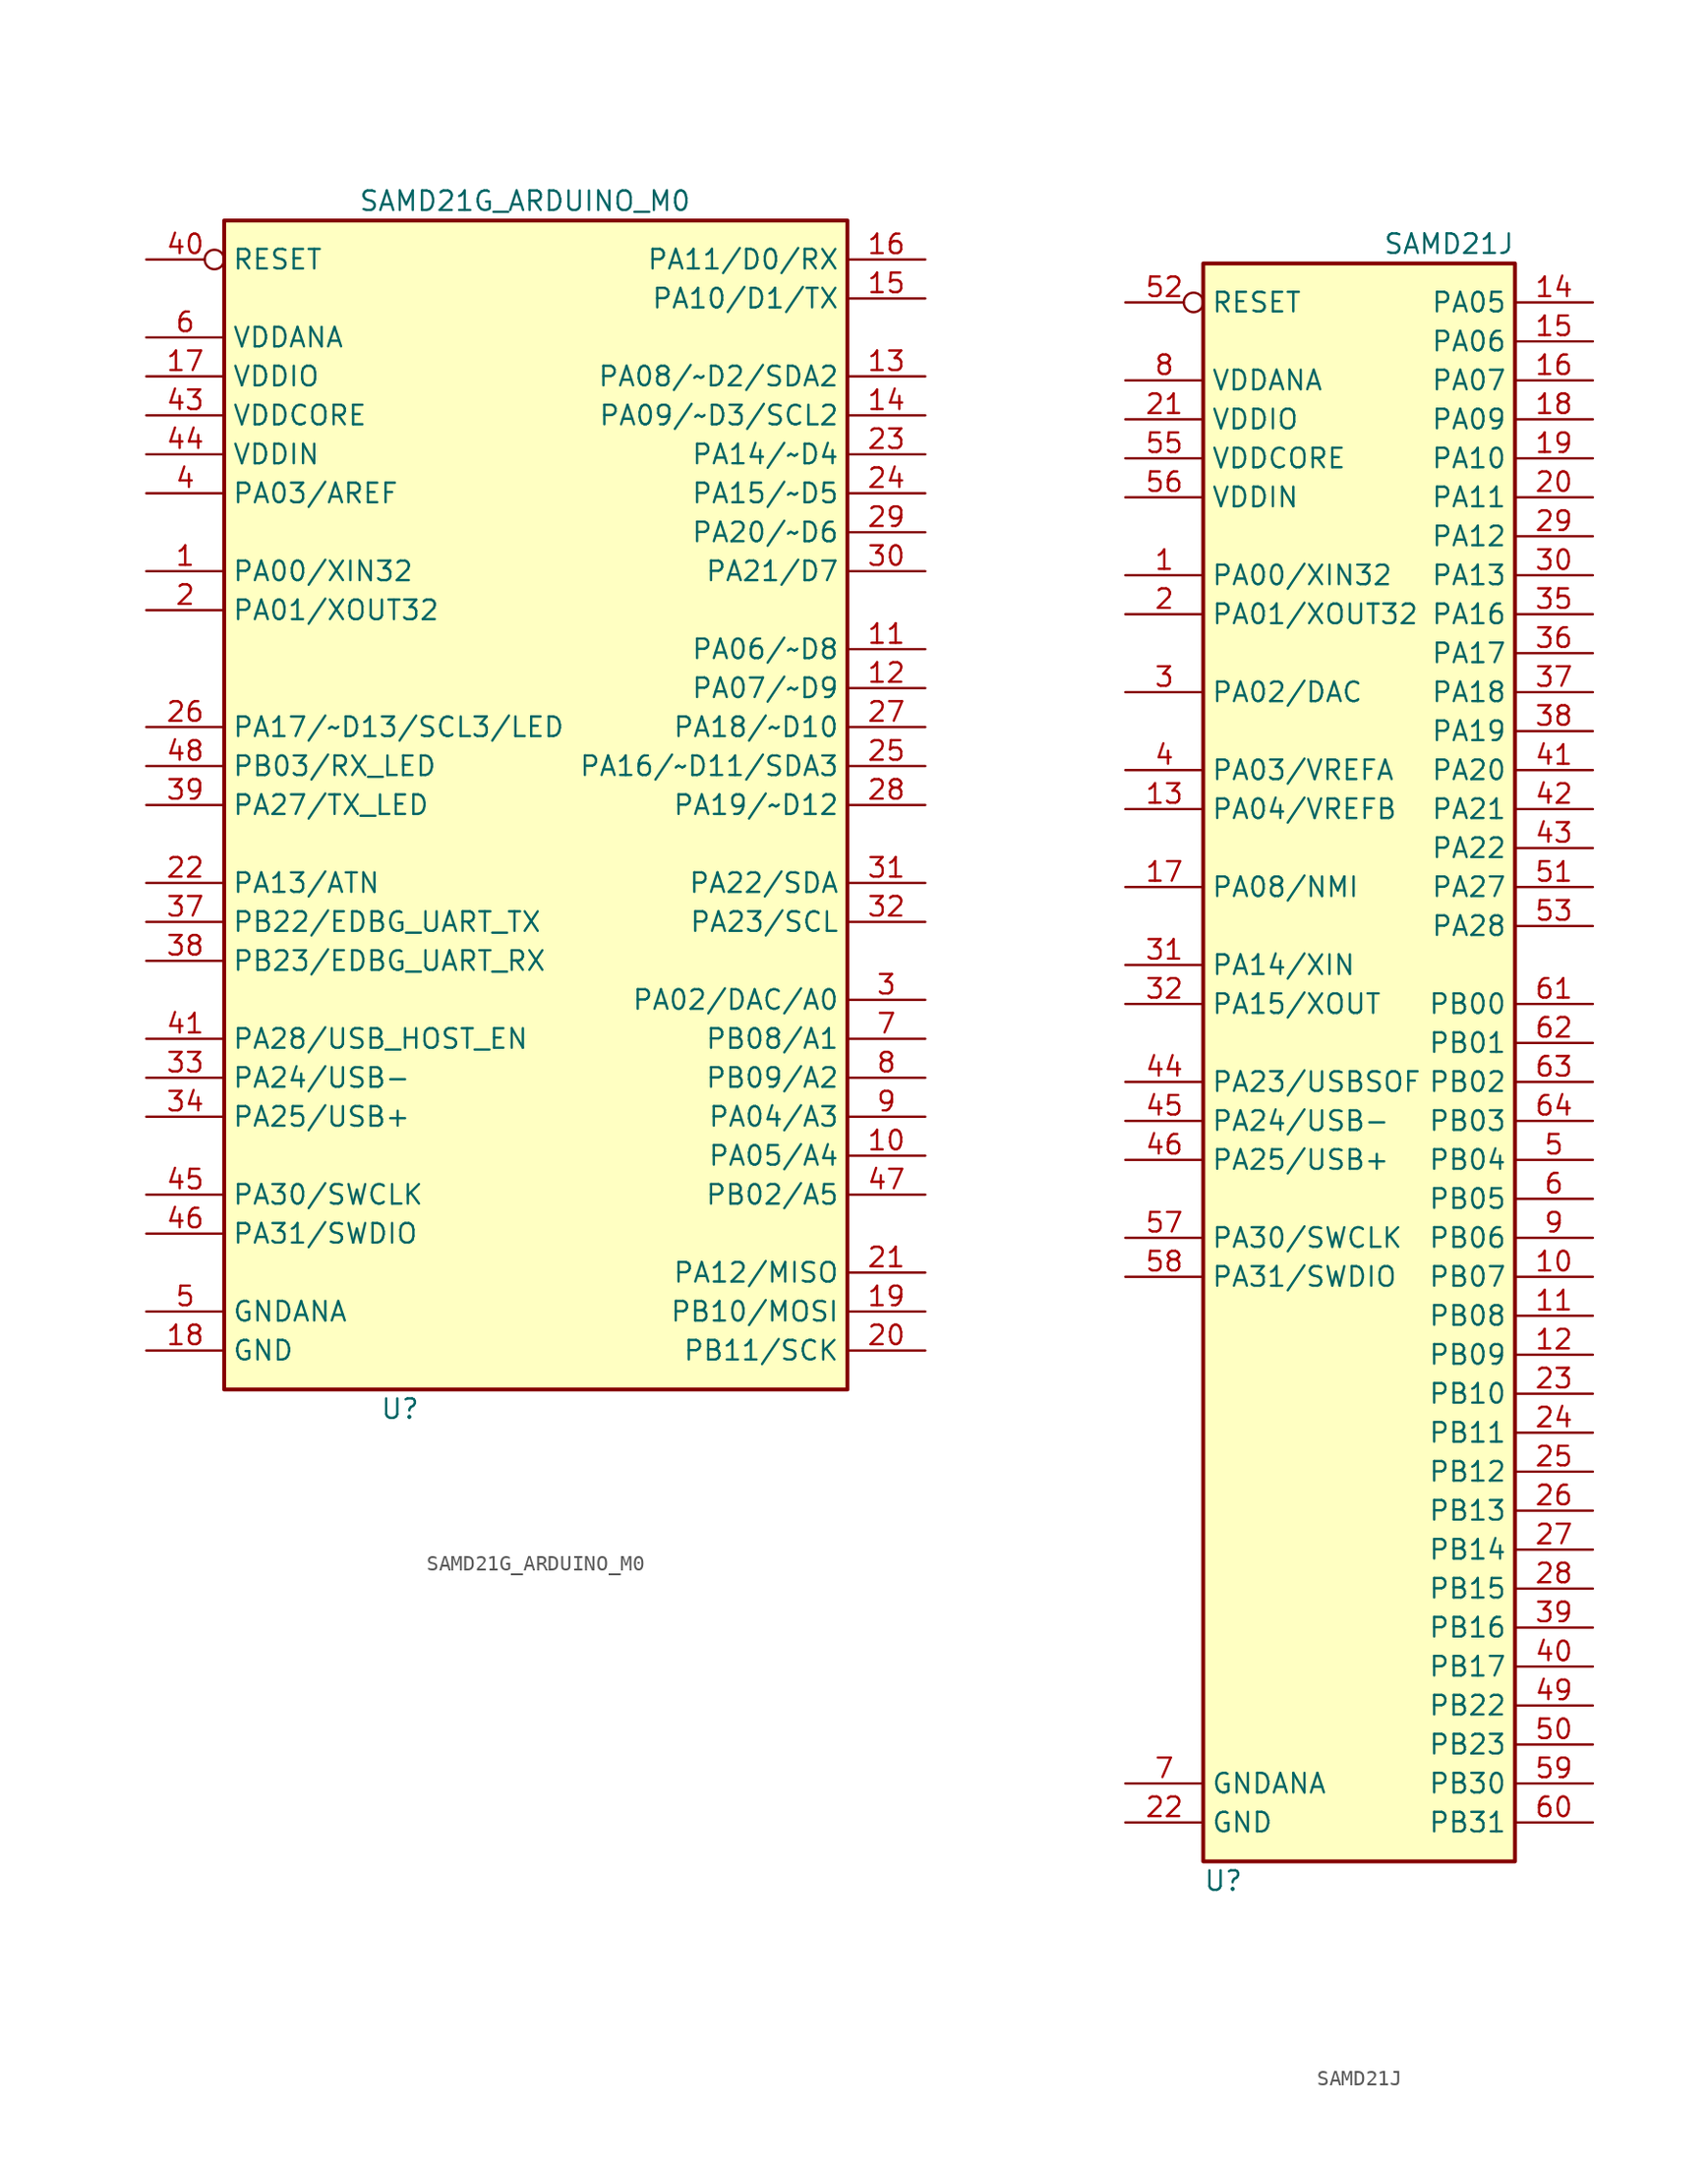
<source format=kicad_sym>
(kicad_symbol_lib
  (version 20211014)
  (generator kicad_symbol_editor)
  (symbol "SAMD21G_ARDUINO_M0"
    (property "Reference" "U"
      (at -10.16 -39.37 0)
      (effects (font (size 1.27 1.27)) (justify left)))
    (property "Value" "SAMD21G_ARDUINO_M0"
      (at 10.16 39.37 0)
      (effects (font (size 1.27 1.27)) (justify right)))
    (symbol "SAMD21G_ARDUINO_M0_0_0"
      (rectangle (start -20.32 38.1) (end 20.32 -38.1) (stroke (width 0.254) (type default) (color 0 0 0 0)) (fill (type background))))
    (symbol "SAMD21G_ARDUINO_M0_1_1"
      (pin passive line (at -25.4 15.24 0) (length 5.08) (name "PA00/XIN32" (effects (font (size 1.27 1.27)))) (number "1" (effects (font (size 1.27 1.27)))))
      (pin passive line (at 25.4 -22.86 180) (length 5.08) (name "PA05/A4" (effects (font (size 1.27 1.27)))) (number "10" (effects (font (size 1.27 1.27)))))
      (pin passive line (at 25.4 10.16 180) (length 5.08) (name "PA06/~D8" (effects (font (size 1.27 1.27)))) (number "11" (effects (font (size 1.27 1.27)))))
      (pin passive line (at 25.4 7.62 180) (length 5.08) (name "PA07/~D9" (effects (font (size 1.27 1.27)))) (number "12" (effects (font (size 1.27 1.27)))))
      (pin passive line (at 25.4 27.94 180) (length 5.08) (name "PA08/~D2/SDA2" (effects (font (size 1.27 1.27)))) (number "13" (effects (font (size 1.27 1.27)))))
      (pin passive line (at 25.4 25.4 180) (length 5.08) (name "PA09/~D3/SCL2" (effects (font (size 1.27 1.27)))) (number "14" (effects (font (size 1.27 1.27)))))
      (pin passive line (at 25.4 33.02 180) (length 5.08) (name "PA10/D1/TX" (effects (font (size 1.27 1.27)))) (number "15" (effects (font (size 1.27 1.27)))))
      (pin passive line (at 25.4 35.56 180) (length 5.08) (name "PA11/D0/RX" (effects (font (size 1.27 1.27)))) (number "16" (effects (font (size 1.27 1.27)))))
      (pin power_in line (at -25.4 27.94 0) (length 5.08) (name "VDDIO" (effects (font (size 1.27 1.27)))) (number "17" (effects (font (size 1.27 1.27)))))
      (pin power_in line (at -25.4 -35.56 0) (length 5.08) (name "GND" (effects (font (size 1.27 1.27)))) (number "18" (effects (font (size 1.27 1.27)))))
      (pin passive line (at 25.4 -33.02 180) (length 5.08) (name "PB10/MOSI" (effects (font (size 1.27 1.27)))) (number "19" (effects (font (size 1.27 1.27)))))
      (pin passive line (at -25.4 12.7 0) (length 5.08) (name "PA01/XOUT32" (effects (font (size 1.27 1.27)))) (number "2" (effects (font (size 1.27 1.27)))))
      (pin passive line (at 25.4 -35.56 180) (length 5.08) (name "PB11/SCK" (effects (font (size 1.27 1.27)))) (number "20" (effects (font (size 1.27 1.27)))))
      (pin passive line (at 25.4 -30.48 180) (length 5.08) (name "PA12/MISO" (effects (font (size 1.27 1.27)))) (number "21" (effects (font (size 1.27 1.27)))))
      (pin passive line (at -25.4 -5.08 0) (length 5.08) (name "PA13/ATN" (effects (font (size 1.27 1.27)))) (number "22" (effects (font (size 1.27 1.27)))))
      (pin passive line (at 25.4 22.86 180) (length 5.08) (name "PA14/~D4" (effects (font (size 1.27 1.27)))) (number "23" (effects (font (size 1.27 1.27)))))
      (pin passive line (at 25.4 20.32 180) (length 5.08) (name "PA15/~D5" (effects (font (size 1.27 1.27)))) (number "24" (effects (font (size 1.27 1.27)))))
      (pin passive line (at 25.4 2.54 180) (length 5.08) (name "PA16/~D11/SDA3" (effects (font (size 1.27 1.27)))) (number "25" (effects (font (size 1.27 1.27)))))
      (pin passive line (at -25.4 5.08 0) (length 5.08) (name "PA17/~D13/SCL3/LED" (effects (font (size 1.27 1.27)))) (number "26" (effects (font (size 1.27 1.27)))))
      (pin passive line (at 25.4 5.08 180) (length 5.08) (name "PA18/~D10" (effects (font (size 1.27 1.27)))) (number "27" (effects (font (size 1.27 1.27)))))
      (pin passive line (at 25.4 0 180) (length 5.08) (name "PA19/~D12" (effects (font (size 1.27 1.27)))) (number "28" (effects (font (size 1.27 1.27)))))
      (pin passive line (at 25.4 17.78 180) (length 5.08) (name "PA20/~D6" (effects (font (size 1.27 1.27)))) (number "29" (effects (font (size 1.27 1.27)))))
      (pin passive line (at 25.4 -12.7 180) (length 5.08) (name "PA02/DAC/A0" (effects (font (size 1.27 1.27)))) (number "3" (effects (font (size 1.27 1.27)))))
      (pin passive line (at 25.4 15.24 180) (length 5.08) (name "PA21/D7" (effects (font (size 1.27 1.27)))) (number "30" (effects (font (size 1.27 1.27)))))
      (pin passive line (at 25.4 -5.08 180) (length 5.08) (name "PA22/SDA" (effects (font (size 1.27 1.27)))) (number "31" (effects (font (size 1.27 1.27)))))
      (pin passive line (at 25.4 -7.62 180) (length 5.08) (name "PA23/SCL" (effects (font (size 1.27 1.27)))) (number "32" (effects (font (size 1.27 1.27)))))
      (pin passive line (at -25.4 -17.78 0) (length 5.08) (name "PA24/USB-" (effects (font (size 1.27 1.27)))) (number "33" (effects (font (size 1.27 1.27)))))
      (pin passive line (at -25.4 -20.32 0) (length 5.08) (name "PA25/USB+" (effects (font (size 1.27 1.27)))) (number "34" (effects (font (size 1.27 1.27)))))
      (pin passive line (at -25.4 -35.56 0) (length 5.08) hide (name "GND" (effects (font (size 1.27 1.27)))) (number "35" (effects (font (size 1.27 1.27)))))
      (pin passive line (at -25.4 27.94 0) (length 5.08) hide (name "VDDIO" (effects (font (size 1.27 1.27)))) (number "36" (effects (font (size 1.27 1.27)))))
      (pin passive line (at -25.4 -7.62 0) (length 5.08) (name "PB22/EDBG_UART_TX" (effects (font (size 1.27 1.27)))) (number "37" (effects (font (size 1.27 1.27)))))
      (pin passive line (at -25.4 -10.16 0) (length 5.08) (name "PB23/EDBG_UART_RX" (effects (font (size 1.27 1.27)))) (number "38" (effects (font (size 1.27 1.27)))))
      (pin passive line (at -25.4 0 0) (length 5.08) (name "PA27/TX_LED" (effects (font (size 1.27 1.27)))) (number "39" (effects (font (size 1.27 1.27)))))
      (pin passive line (at -25.4 20.32 0) (length 5.08) (name "PA03/AREF" (effects (font (size 1.27 1.27)))) (number "4" (effects (font (size 1.27 1.27)))))
      (pin input inverted (at -25.4 35.56 0) (length 5.08) (name "RESET" (effects (font (size 1.27 1.27)))) (number "40" (effects (font (size 1.27 1.27)))))
      (pin passive line (at -25.4 -15.24 0) (length 5.08) (name "PA28/USB_HOST_EN" (effects (font (size 1.27 1.27)))) (number "41" (effects (font (size 1.27 1.27)))))
      (pin passive line (at -25.4 -35.56 0) (length 5.08) hide (name "GND" (effects (font (size 1.27 1.27)))) (number "42" (effects (font (size 1.27 1.27)))))
      (pin power_out line (at -25.4 25.4 0) (length 5.08) (name "VDDCORE" (effects (font (size 1.27 1.27)))) (number "43" (effects (font (size 1.27 1.27)))))
      (pin power_in line (at -25.4 22.86 0) (length 5.08) (name "VDDIN" (effects (font (size 1.27 1.27)))) (number "44" (effects (font (size 1.27 1.27)))))
      (pin passive line (at -25.4 -25.4 0) (length 5.08) (name "PA30/SWCLK" (effects (font (size 1.27 1.27)))) (number "45" (effects (font (size 1.27 1.27)))))
      (pin passive line (at -25.4 -27.94 0) (length 5.08) (name "PA31/SWDIO" (effects (font (size 1.27 1.27)))) (number "46" (effects (font (size 1.27 1.27)))))
      (pin passive line (at 25.4 -25.4 180) (length 5.08) (name "PB02/A5" (effects (font (size 1.27 1.27)))) (number "47" (effects (font (size 1.27 1.27)))))
      (pin passive line (at -25.4 2.54 0) (length 5.08) (name "PB03/RX_LED" (effects (font (size 1.27 1.27)))) (number "48" (effects (font (size 1.27 1.27)))))
      (pin power_in line (at -25.4 -33.02 0) (length 5.08) (name "GNDANA" (effects (font (size 1.27 1.27)))) (number "5" (effects (font (size 1.27 1.27)))))
      (pin power_in line (at -25.4 30.48 0) (length 5.08) (name "VDDANA" (effects (font (size 1.27 1.27)))) (number "6" (effects (font (size 1.27 1.27)))))
      (pin passive line (at 25.4 -15.24 180) (length 5.08) (name "PB08/A1" (effects (font (size 1.27 1.27)))) (number "7" (effects (font (size 1.27 1.27)))))
      (pin passive line (at 25.4 -17.78 180) (length 5.08) (name "PB09/A2" (effects (font (size 1.27 1.27)))) (number "8" (effects (font (size 1.27 1.27)))))
      (pin passive line (at 25.4 -20.32 180) (length 5.08) (name "PA04/A3" (effects (font (size 1.27 1.27)))) (number "9" (effects (font (size 1.27 1.27)))))))
  (symbol "SAMD21J"
    (property "Reference" "U"
      (at -10.16 -54.61 0)
      (effects (font (size 1.27 1.27)) (justify left)))
    (property "Value" "SAMD21J"
      (at 10.16 52.07 0)
      (effects (font (size 1.27 1.27)) (justify right)))
    (symbol "SAMD21J_0_0"
      (rectangle (start -10.16 50.8) (end 10.16 -53.34) (stroke (width 0.254) (type default) (color 0 0 0 0)) (fill (type background))))
    (symbol "SAMD21J_1_1"
      (pin bidirectional line (at -15.24 30.48 0) (length 5.08) (name "PA00/XIN32" (effects (font (size 1.27 1.27)))) (number "1" (effects (font (size 1.27 1.27)))))
      (pin bidirectional line (at 15.24 -15.24 180) (length 5.08) (name "PB07" (effects (font (size 1.27 1.27)))) (number "10" (effects (font (size 1.27 1.27)))))
      (pin bidirectional line (at 15.24 -17.78 180) (length 5.08) (name "PB08" (effects (font (size 1.27 1.27)))) (number "11" (effects (font (size 1.27 1.27)))))
      (pin bidirectional line (at 15.24 -20.32 180) (length 5.08) (name "PB09" (effects (font (size 1.27 1.27)))) (number "12" (effects (font (size 1.27 1.27)))))
      (pin bidirectional line (at -15.24 15.24 0) (length 5.08) (name "PA04/VREFB" (effects (font (size 1.27 1.27)))) (number "13" (effects (font (size 1.27 1.27)))))
      (pin bidirectional line (at 15.24 48.26 180) (length 5.08) (name "PA05" (effects (font (size 1.27 1.27)))) (number "14" (effects (font (size 1.27 1.27)))))
      (pin bidirectional line (at 15.24 45.72 180) (length 5.08) (name "PA06" (effects (font (size 1.27 1.27)))) (number "15" (effects (font (size 1.27 1.27)))))
      (pin bidirectional line (at 15.24 43.18 180) (length 5.08) (name "PA07" (effects (font (size 1.27 1.27)))) (number "16" (effects (font (size 1.27 1.27)))))
      (pin bidirectional line (at -15.24 10.16 0) (length 5.08) (name "PA08/NMI" (effects (font (size 1.27 1.27)))) (number "17" (effects (font (size 1.27 1.27)))))
      (pin bidirectional line (at 15.24 40.64 180) (length 5.08) (name "PA09" (effects (font (size 1.27 1.27)))) (number "18" (effects (font (size 1.27 1.27)))))
      (pin bidirectional line (at 15.24 38.1 180) (length 5.08) (name "PA10" (effects (font (size 1.27 1.27)))) (number "19" (effects (font (size 1.27 1.27)))))
      (pin bidirectional line (at -15.24 27.94 0) (length 5.08) (name "PA01/XOUT32" (effects (font (size 1.27 1.27)))) (number "2" (effects (font (size 1.27 1.27)))))
      (pin bidirectional line (at 15.24 35.56 180) (length 5.08) (name "PA11" (effects (font (size 1.27 1.27)))) (number "20" (effects (font (size 1.27 1.27)))))
      (pin power_in line (at -15.24 40.64 0) (length 5.08) (name "VDDIO" (effects (font (size 1.27 1.27)))) (number "21" (effects (font (size 1.27 1.27)))))
      (pin power_in line (at -15.24 -50.8 0) (length 5.08) (name "GND" (effects (font (size 1.27 1.27)))) (number "22" (effects (font (size 1.27 1.27)))))
      (pin bidirectional line (at 15.24 -22.86 180) (length 5.08) (name "PB10" (effects (font (size 1.27 1.27)))) (number "23" (effects (font (size 1.27 1.27)))))
      (pin bidirectional line (at 15.24 -25.4 180) (length 5.08) (name "PB11" (effects (font (size 1.27 1.27)))) (number "24" (effects (font (size 1.27 1.27)))))
      (pin bidirectional line (at 15.24 -27.94 180) (length 5.08) (name "PB12" (effects (font (size 1.27 1.27)))) (number "25" (effects (font (size 1.27 1.27)))))
      (pin bidirectional line (at 15.24 -30.48 180) (length 5.08) (name "PB13" (effects (font (size 1.27 1.27)))) (number "26" (effects (font (size 1.27 1.27)))))
      (pin bidirectional line (at 15.24 -33.02 180) (length 5.08) (name "PB14" (effects (font (size 1.27 1.27)))) (number "27" (effects (font (size 1.27 1.27)))))
      (pin bidirectional line (at 15.24 -35.56 180) (length 5.08) (name "PB15" (effects (font (size 1.27 1.27)))) (number "28" (effects (font (size 1.27 1.27)))))
      (pin bidirectional line (at 15.24 33.02 180) (length 5.08) (name "PA12" (effects (font (size 1.27 1.27)))) (number "29" (effects (font (size 1.27 1.27)))))
      (pin bidirectional line (at -15.24 22.86 0) (length 5.08) (name "PA02/DAC" (effects (font (size 1.27 1.27)))) (number "3" (effects (font (size 1.27 1.27)))))
      (pin bidirectional line (at 15.24 30.48 180) (length 5.08) (name "PA13" (effects (font (size 1.27 1.27)))) (number "30" (effects (font (size 1.27 1.27)))))
      (pin bidirectional line (at -15.24 5.08 0) (length 5.08) (name "PA14/XIN" (effects (font (size 1.27 1.27)))) (number "31" (effects (font (size 1.27 1.27)))))
      (pin bidirectional line (at -15.24 2.54 0) (length 5.08) (name "PA15/XOUT" (effects (font (size 1.27 1.27)))) (number "32" (effects (font (size 1.27 1.27)))))
      (pin passive line (at -15.24 -50.8 0) (length 5.08) hide (name "GND" (effects (font (size 1.27 1.27)))) (number "33" (effects (font (size 1.27 1.27)))))
      (pin passive line (at -15.24 40.64 0) (length 5.08) hide (name "VDDIO" (effects (font (size 1.27 1.27)))) (number "34" (effects (font (size 1.27 1.27)))))
      (pin bidirectional line (at 15.24 27.94 180) (length 5.08) (name "PA16" (effects (font (size 1.27 1.27)))) (number "35" (effects (font (size 1.27 1.27)))))
      (pin bidirectional line (at 15.24 25.4 180) (length 5.08) (name "PA17" (effects (font (size 1.27 1.27)))) (number "36" (effects (font (size 1.27 1.27)))))
      (pin bidirectional line (at 15.24 22.86 180) (length 5.08) (name "PA18" (effects (font (size 1.27 1.27)))) (number "37" (effects (font (size 1.27 1.27)))))
      (pin bidirectional line (at 15.24 20.32 180) (length 5.08) (name "PA19" (effects (font (size 1.27 1.27)))) (number "38" (effects (font (size 1.27 1.27)))))
      (pin bidirectional line (at 15.24 -38.1 180) (length 5.08) (name "PB16" (effects (font (size 1.27 1.27)))) (number "39" (effects (font (size 1.27 1.27)))))
      (pin bidirectional line (at -15.24 17.78 0) (length 5.08) (name "PA03/VREFA" (effects (font (size 1.27 1.27)))) (number "4" (effects (font (size 1.27 1.27)))))
      (pin bidirectional line (at 15.24 -40.64 180) (length 5.08) (name "PB17" (effects (font (size 1.27 1.27)))) (number "40" (effects (font (size 1.27 1.27)))))
      (pin bidirectional line (at 15.24 17.78 180) (length 5.08) (name "PA20" (effects (font (size 1.27 1.27)))) (number "41" (effects (font (size 1.27 1.27)))))
      (pin bidirectional line (at 15.24 15.24 180) (length 5.08) (name "PA21" (effects (font (size 1.27 1.27)))) (number "42" (effects (font (size 1.27 1.27)))))
      (pin bidirectional line (at 15.24 12.7 180) (length 5.08) (name "PA22" (effects (font (size 1.27 1.27)))) (number "43" (effects (font (size 1.27 1.27)))))
      (pin bidirectional line (at -15.24 -2.54 0) (length 5.08) (name "PA23/USBSOF" (effects (font (size 1.27 1.27)))) (number "44" (effects (font (size 1.27 1.27)))))
      (pin bidirectional line (at -15.24 -5.08 0) (length 5.08) (name "PA24/USB-" (effects (font (size 1.27 1.27)))) (number "45" (effects (font (size 1.27 1.27)))))
      (pin bidirectional line (at -15.24 -7.62 0) (length 5.08) (name "PA25/USB+" (effects (font (size 1.27 1.27)))) (number "46" (effects (font (size 1.27 1.27)))))
      (pin passive line (at -15.24 -50.8 0) (length 5.08) hide (name "GND" (effects (font (size 1.27 1.27)))) (number "47" (effects (font (size 1.27 1.27)))))
      (pin passive line (at -15.24 40.64 0) (length 5.08) hide (name "VDDIO" (effects (font (size 1.27 1.27)))) (number "48" (effects (font (size 1.27 1.27)))))
      (pin bidirectional line (at 15.24 -43.18 180) (length 5.08) (name "PB22" (effects (font (size 1.27 1.27)))) (number "49" (effects (font (size 1.27 1.27)))))
      (pin bidirectional line (at 15.24 -7.62 180) (length 5.08) (name "PB04" (effects (font (size 1.27 1.27)))) (number "5" (effects (font (size 1.27 1.27)))))
      (pin bidirectional line (at 15.24 -45.72 180) (length 5.08) (name "PB23" (effects (font (size 1.27 1.27)))) (number "50" (effects (font (size 1.27 1.27)))))
      (pin bidirectional line (at 15.24 10.16 180) (length 5.08) (name "PA27" (effects (font (size 1.27 1.27)))) (number "51" (effects (font (size 1.27 1.27)))))
      (pin input inverted (at -15.24 48.26 0) (length 5.08) (name "RESET" (effects (font (size 1.27 1.27)))) (number "52" (effects (font (size 1.27 1.27)))))
      (pin bidirectional line (at 15.24 7.62 180) (length 5.08) (name "PA28" (effects (font (size 1.27 1.27)))) (number "53" (effects (font (size 1.27 1.27)))))
      (pin passive line (at -15.24 -50.8 0) (length 5.08) hide (name "GND" (effects (font (size 1.27 1.27)))) (number "54" (effects (font (size 1.27 1.27)))))
      (pin power_out line (at -15.24 38.1 0) (length 5.08) (name "VDDCORE" (effects (font (size 1.27 1.27)))) (number "55" (effects (font (size 1.27 1.27)))))
      (pin power_in line (at -15.24 35.56 0) (length 5.08) (name "VDDIN" (effects (font (size 1.27 1.27)))) (number "56" (effects (font (size 1.27 1.27)))))
      (pin bidirectional line (at -15.24 -12.7 0) (length 5.08) (name "PA30/SWCLK" (effects (font (size 1.27 1.27)))) (number "57" (effects (font (size 1.27 1.27)))))
      (pin bidirectional line (at -15.24 -15.24 0) (length 5.08) (name "PA31/SWDIO" (effects (font (size 1.27 1.27)))) (number "58" (effects (font (size 1.27 1.27)))))
      (pin bidirectional line (at 15.24 -48.26 180) (length 5.08) (name "PB30" (effects (font (size 1.27 1.27)))) (number "59" (effects (font (size 1.27 1.27)))))
      (pin bidirectional line (at 15.24 -10.16 180) (length 5.08) (name "PB05" (effects (font (size 1.27 1.27)))) (number "6" (effects (font (size 1.27 1.27)))))
      (pin bidirectional line (at 15.24 -50.8 180) (length 5.08) (name "PB31" (effects (font (size 1.27 1.27)))) (number "60" (effects (font (size 1.27 1.27)))))
      (pin bidirectional line (at 15.24 2.54 180) (length 5.08) (name "PB00" (effects (font (size 1.27 1.27)))) (number "61" (effects (font (size 1.27 1.27)))))
      (pin bidirectional line (at 15.24 0 180) (length 5.08) (name "PB01" (effects (font (size 1.27 1.27)))) (number "62" (effects (font (size 1.27 1.27)))))
      (pin bidirectional line (at 15.24 -2.54 180) (length 5.08) (name "PB02" (effects (font (size 1.27 1.27)))) (number "63" (effects (font (size 1.27 1.27)))))
      (pin bidirectional line (at 15.24 -5.08 180) (length 5.08) (name "PB03" (effects (font (size 1.27 1.27)))) (number "64" (effects (font (size 1.27 1.27)))))
      (pin power_in line (at -15.24 -48.26 0) (length 5.08) (name "GNDANA" (effects (font (size 1.27 1.27)))) (number "7" (effects (font (size 1.27 1.27)))))
      (pin power_in line (at -15.24 43.18 0) (length 5.08) (name "VDDANA" (effects (font (size 1.27 1.27)))) (number "8" (effects (font (size 1.27 1.27)))))
      (pin bidirectional line (at 15.24 -12.7 180) (length 5.08) (name "PB06" (effects (font (size 1.27 1.27)))) (number "9" (effects (font (size 1.27 1.27))))))))
</source>
